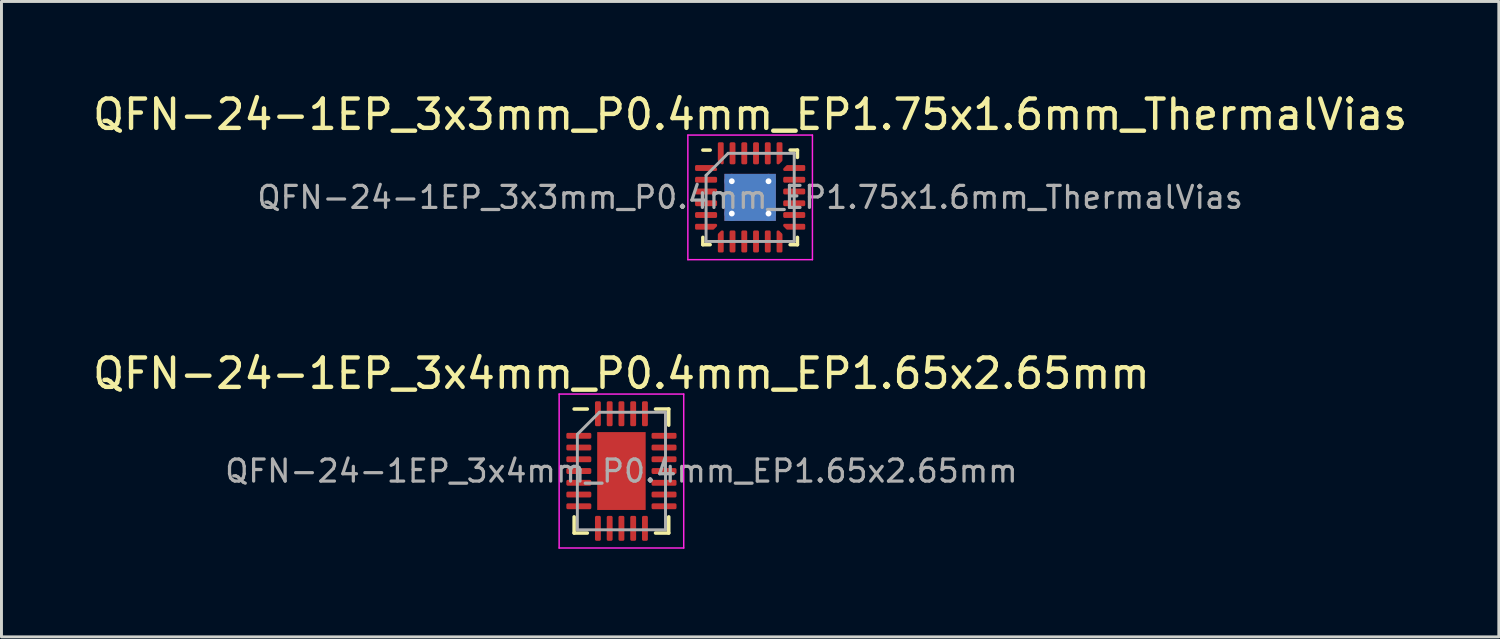
<source format=kicad_pcb>
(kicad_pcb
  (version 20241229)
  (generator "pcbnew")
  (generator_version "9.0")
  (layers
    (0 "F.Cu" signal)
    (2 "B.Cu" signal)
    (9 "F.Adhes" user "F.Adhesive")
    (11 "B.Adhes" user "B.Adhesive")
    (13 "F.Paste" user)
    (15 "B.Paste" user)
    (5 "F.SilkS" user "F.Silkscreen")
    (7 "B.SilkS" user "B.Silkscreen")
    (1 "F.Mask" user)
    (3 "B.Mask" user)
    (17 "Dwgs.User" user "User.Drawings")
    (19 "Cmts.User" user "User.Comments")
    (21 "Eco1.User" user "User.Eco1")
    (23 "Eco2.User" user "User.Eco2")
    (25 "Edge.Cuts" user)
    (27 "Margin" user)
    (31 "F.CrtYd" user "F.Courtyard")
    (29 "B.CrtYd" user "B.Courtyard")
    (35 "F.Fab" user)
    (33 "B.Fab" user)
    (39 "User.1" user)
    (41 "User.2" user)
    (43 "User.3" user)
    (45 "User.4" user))
  (footprint "QFN-24-1EP_3x3mm_P0.4mm_EP1.75x1.6mm_ThermalVias"
    (layer "F.Cu")
    (at 22.482 3.668)
    (property "Reference" "QFN-24-1EP_3x3mm_P0.4mm_EP1.75x1.6mm_ThermalVias" (at 0 -2.82 0) (layer "F.SilkS") (effects (font (size 1 1) (thickness 0.15))))
    (attr smd)
    (fp_line (start -1.61 1.61) (end -1.61 1.36) (stroke (width 0.12) (type solid)) (layer "F.SilkS"))
    (fp_line (start -1.36 -1.61) (end -1.61 -1.61) (stroke (width 0.12) (type solid)) (layer "F.SilkS"))
    (fp_line (start -1.36 1.61) (end -1.61 1.61) (stroke (width 0.12) (type solid)) (layer "F.SilkS"))
    (fp_line (start 1.36 -1.61) (end 1.61 -1.61) (stroke (width 0.12) (type solid)) (layer "F.SilkS"))
    (fp_line (start 1.36 1.61) (end 1.61 1.61) (stroke (width 0.12) (type solid)) (layer "F.SilkS"))
    (fp_line (start 1.61 -1.61) (end 1.61 -1.36) (stroke (width 0.12) (type solid)) (layer "F.SilkS"))
    (fp_line (start 1.61 1.61) (end 1.61 1.36) (stroke (width 0.12) (type solid)) (layer "F.SilkS"))
    (fp_line (start -2.12 -2.12) (end -2.12 2.12) (stroke (width 0.05) (type solid)) (layer "F.CrtYd"))
    (fp_line (start -2.12 2.12) (end 2.12 2.12) (stroke (width 0.05) (type solid)) (layer "F.CrtYd"))
    (fp_line (start 2.12 -2.12) (end -2.12 -2.12) (stroke (width 0.05) (type solid)) (layer "F.CrtYd"))
    (fp_line (start 2.12 2.12) (end 2.12 -2.12) (stroke (width 0.05) (type solid)) (layer "F.CrtYd"))
    (fp_line (start -1.5 -0.75) (end -0.75 -1.5) (stroke (width 0.1) (type solid)) (layer "F.Fab"))
    (fp_line (start -1.5 1.5) (end -1.5 -0.75) (stroke (width 0.1) (type solid)) (layer "F.Fab"))
    (fp_line (start -0.75 -1.5) (end 1.5 -1.5) (stroke (width 0.1) (type solid)) (layer "F.Fab"))
    (fp_line (start 1.5 -1.5) (end 1.5 1.5) (stroke (width 0.1) (type solid)) (layer "F.Fab"))
    (fp_line (start 1.5 1.5) (end -1.5 1.5) (stroke (width 0.1) (type solid)) (layer "F.Fab"))
    (fp_text user "${REFERENCE}" (at 0 0 0) (layer "F.Fab") (effects (font (size 0.75 0.75) (thickness 0.11))))
    (pad "" smd roundrect (at -0.44 -0.4) (size 0.76 0.69) (layers "F.Paste") (roundrect_rratio 0.25))
    (pad "" smd roundrect (at -0.44 0.4) (size 0.76 0.69) (layers "F.Paste") (roundrect_rratio 0.25))
    (pad "" smd roundrect (at 0.44 -0.4) (size 0.76 0.69) (layers "F.Paste") (roundrect_rratio 0.25))
    (pad "" smd roundrect (at 0.44 0.4) (size 0.76 0.69) (layers "F.Paste") (roundrect_rratio 0.25))
    (pad "1" smd custom (at -1.5 -1) (size 0.115 0.115) (layers "F.Cu" "F.Mask" "F.Paste") (options (anchor circle)) (primitives (gr_poly (pts (xy -0.335 -0.06) (xy 0.238 -0.06) (xy 0.335 0.037) (xy 0.335 0.06) (xy -0.335 0.06)) (width 0.08) (fill yes))))
    (pad "2" smd roundrect (at -1.5 -0.6) (size 0.75 0.2) (layers "F.Cu" "F.Mask" "F.Paste") (roundrect_rratio 0.25))
    (pad "3" smd roundrect (at -1.5 -0.2) (size 0.75 0.2) (layers "F.Cu" "F.Mask" "F.Paste") (roundrect_rratio 0.25))
    (pad "4" smd roundrect (at -1.5 0.2) (size 0.75 0.2) (layers "F.Cu" "F.Mask" "F.Paste") (roundrect_rratio 0.25))
    (pad "5" smd roundrect (at -1.5 0.6) (size 0.75 0.2) (layers "F.Cu" "F.Mask" "F.Paste") (roundrect_rratio 0.25))
    (pad "6" smd custom (at -1.5 1) (size 0.115 0.115) (layers "F.Cu" "F.Mask" "F.Paste") (options (anchor circle)) (primitives (gr_poly (pts (xy -0.335 -0.06) (xy 0.335 -0.06) (xy 0.335 -0.037) (xy 0.238 0.06) (xy -0.335 0.06)) (width 0.08) (fill yes))))
    (pad "7" smd custom (at -1 1.5) (size 0.115 0.115) (layers "F.Cu" "F.Mask" "F.Paste") (options (anchor circle)) (primitives (gr_poly (pts (xy -0.06 -0.238) (xy 0.037 -0.335) (xy 0.06 -0.335) (xy 0.06 0.335) (xy -0.06 0.335)) (width 0.08) (fill yes))))
    (pad "8" smd roundrect (at -0.6 1.5) (size 0.2 0.75) (layers "F.Cu" "F.Mask" "F.Paste") (roundrect_rratio 0.25))
    (pad "9" smd roundrect (at -0.2 1.5) (size 0.2 0.75) (layers "F.Cu" "F.Mask" "F.Paste") (roundrect_rratio 0.25))
    (pad "10" smd roundrect (at 0.2 1.5) (size 0.2 0.75) (layers "F.Cu" "F.Mask" "F.Paste") (roundrect_rratio 0.25))
    (pad "11" smd roundrect (at 0.6 1.5) (size 0.2 0.75) (layers "F.Cu" "F.Mask" "F.Paste") (roundrect_rratio 0.25))
    (pad "12" smd custom (at 1 1.5) (size 0.115 0.115) (layers "F.Cu" "F.Mask" "F.Paste") (options (anchor circle)) (primitives (gr_poly (pts (xy -0.06 -0.335) (xy -0.037 -0.335) (xy 0.06 -0.238) (xy 0.06 0.335) (xy -0.06 0.335)) (width 0.08) (fill yes))))
    (pad "13" smd custom (at 1.5 1) (size 0.115 0.115) (layers "F.Cu" "F.Mask" "F.Paste") (options (anchor circle)) (primitives (gr_poly (pts (xy -0.335 -0.06) (xy 0.335 -0.06) (xy 0.335 0.06) (xy -0.238 0.06) (xy -0.335 -0.037)) (width 0.08) (fill yes))))
    (pad "14" smd roundrect (at 1.5 0.6) (size 0.75 0.2) (layers "F.Cu" "F.Mask" "F.Paste") (roundrect_rratio 0.25))
    (pad "15" smd roundrect (at 1.5 0.2) (size 0.75 0.2) (layers "F.Cu" "F.Mask" "F.Paste") (roundrect_rratio 0.25))
    (pad "16" smd roundrect (at 1.5 -0.2) (size 0.75 0.2) (layers "F.Cu" "F.Mask" "F.Paste") (roundrect_rratio 0.25))
    (pad "17" smd roundrect (at 1.5 -0.6) (size 0.75 0.2) (layers "F.Cu" "F.Mask" "F.Paste") (roundrect_rratio 0.25))
    (pad "18" smd custom (at 1.5 -1) (size 0.115 0.115) (layers "F.Cu" "F.Mask" "F.Paste") (options (anchor circle)) (primitives (gr_poly (pts (xy -0.335 0.037) (xy -0.238 -0.06) (xy 0.335 -0.06) (xy 0.335 0.06) (xy -0.335 0.06)) (width 0.08) (fill yes))))
    (pad "19" smd custom (at 1 -1.5) (size 0.115 0.115) (layers "F.Cu" "F.Mask" "F.Paste") (options (anchor circle)) (primitives (gr_poly (pts (xy -0.06 -0.335) (xy 0.06 -0.335) (xy 0.06 0.238) (xy -0.037 0.335) (xy -0.06 0.335)) (width 0.08) (fill yes))))
    (pad "20" smd roundrect (at 0.6 -1.5) (size 0.2 0.75) (layers "F.Cu" "F.Mask" "F.Paste") (roundrect_rratio 0.25))
    (pad "21" smd roundrect (at 0.2 -1.5) (size 0.2 0.75) (layers "F.Cu" "F.Mask" "F.Paste") (roundrect_rratio 0.25))
    (pad "22" smd roundrect (at -0.2 -1.5) (size 0.2 0.75) (layers "F.Cu" "F.Mask" "F.Paste") (roundrect_rratio 0.25))
    (pad "23" smd roundrect (at -0.6 -1.5) (size 0.2 0.75) (layers "F.Cu" "F.Mask" "F.Paste") (roundrect_rratio 0.25))
    (pad "24" smd custom (at -1 -1.5) (size 0.115 0.115) (layers "F.Cu" "F.Mask" "F.Paste") (options (anchor circle)) (primitives (gr_poly (pts (xy -0.06 -0.335) (xy 0.06 -0.335) (xy 0.06 0.335) (xy 0.037 0.335) (xy -0.06 0.238)) (width 0.08) (fill yes))))
    (pad "25" thru_hole circle (at -0.625 -0.55) (size 0.5 0.5) (drill 0.2) (layers "*.Cu"))
    (pad "25" thru_hole circle (at -0.625 0.55) (size 0.5 0.5) (drill 0.2) (layers "*.Cu"))
    (pad "25" smd rect (at 0 0) (size 1.75 1.6) (layers "F.Cu" "F.Mask"))
    (pad "25" smd rect (at 0 0) (size 1.75 1.6) (layers "B.Cu"))
    (pad "25" thru_hole circle (at 0.625 -0.55) (size 0.5 0.5) (drill 0.2) (layers "*.Cu"))
    (pad "25" thru_hole circle (at 0.625 0.55) (size 0.5 0.5) (drill 0.2) (layers "*.Cu")))
  (footprint "QFN-24-1EP_3x4mm_P0.4mm_EP1.65x2.65mm"
    (layer "F.Cu")
    (at 18.101 12.982)
    (property "Reference" "QFN-24-1EP_3x4mm_P0.4mm_EP1.65x2.65mm" (at 0 -3.32 0) (layer "F.SilkS") (effects (font (size 1 1) (thickness 0.15))))
    (attr smd)
    (fp_line (start -1.61 2.11) (end -1.61 1.56) (stroke (width 0.12) (type solid)) (layer "F.SilkS"))
    (fp_line (start -1.16 -2.11) (end -1.61 -2.11) (stroke (width 0.12) (type solid)) (layer "F.SilkS"))
    (fp_line (start -1.16 2.11) (end -1.61 2.11) (stroke (width 0.12) (type solid)) (layer "F.SilkS"))
    (fp_line (start 1.16 -2.11) (end 1.61 -2.11) (stroke (width 0.12) (type solid)) (layer "F.SilkS"))
    (fp_line (start 1.16 2.11) (end 1.61 2.11) (stroke (width 0.12) (type solid)) (layer "F.SilkS"))
    (fp_line (start 1.61 -2.11) (end 1.61 -1.56) (stroke (width 0.12) (type solid)) (layer "F.SilkS"))
    (fp_line (start 1.61 2.11) (end 1.61 1.56) (stroke (width 0.12) (type solid)) (layer "F.SilkS"))
    (fp_line (start -2.12 -2.62) (end -2.12 2.62) (stroke (width 0.05) (type solid)) (layer "F.CrtYd"))
    (fp_line (start -2.12 2.62) (end 2.12 2.62) (stroke (width 0.05) (type solid)) (layer "F.CrtYd"))
    (fp_line (start 2.12 -2.62) (end -2.12 -2.62) (stroke (width 0.05) (type solid)) (layer "F.CrtYd"))
    (fp_line (start 2.12 2.62) (end 2.12 -2.62) (stroke (width 0.05) (type solid)) (layer "F.CrtYd"))
    (fp_line (start -1.5 -1.25) (end -0.75 -2) (stroke (width 0.1) (type solid)) (layer "F.Fab"))
    (fp_line (start -1.5 2) (end -1.5 -1.25) (stroke (width 0.1) (type solid)) (layer "F.Fab"))
    (fp_line (start -0.75 -2) (end 1.5 -2) (stroke (width 0.1) (type solid)) (layer "F.Fab"))
    (fp_line (start 1.5 -2) (end 1.5 2) (stroke (width 0.1) (type solid)) (layer "F.Fab"))
    (fp_line (start 1.5 2) (end -1.5 2) (stroke (width 0.1) (type solid)) (layer "F.Fab"))
    (fp_text user "${REFERENCE}" (at 0 0 0) (layer "F.Fab") (effects (font (size 0.75 0.75) (thickness 0.11))))
    (pad "" smd roundrect (at -0.41 -0.88) (size 0.67 0.71) (layers "F.Paste") (roundrect_rratio 0.25))
    (pad "" smd roundrect (at -0.41 0) (size 0.67 0.71) (layers "F.Paste") (roundrect_rratio 0.25))
    (pad "" smd roundrect (at -0.41 0.88) (size 0.67 0.71) (layers "F.Paste") (roundrect_rratio 0.25))
    (pad "" smd roundrect (at 0.41 -0.88) (size 0.67 0.71) (layers "F.Paste") (roundrect_rratio 0.25))
    (pad "" smd roundrect (at 0.41 0) (size 0.67 0.71) (layers "F.Paste") (roundrect_rratio 0.25))
    (pad "" smd roundrect (at 0.41 0.88) (size 0.67 0.71) (layers "F.Paste") (roundrect_rratio 0.25))
    (pad "1" smd roundrect (at -1.45 -1.2) (size 0.85 0.2) (layers "F.Cu" "F.Mask" "F.Paste") (roundrect_rratio 0.25))
    (pad "2" smd roundrect (at -1.45 -0.8) (size 0.85 0.2) (layers "F.Cu" "F.Mask" "F.Paste") (roundrect_rratio 0.25))
    (pad "3" smd roundrect (at -1.45 -0.4) (size 0.85 0.2) (layers "F.Cu" "F.Mask" "F.Paste") (roundrect_rratio 0.25))
    (pad "4" smd roundrect (at -1.45 0) (size 0.85 0.2) (layers "F.Cu" "F.Mask" "F.Paste") (roundrect_rratio 0.25))
    (pad "5" smd roundrect (at -1.45 0.4) (size 0.85 0.2) (layers "F.Cu" "F.Mask" "F.Paste") (roundrect_rratio 0.25))
    (pad "6" smd roundrect (at -1.45 0.8) (size 0.85 0.2) (layers "F.Cu" "F.Mask" "F.Paste") (roundrect_rratio 0.25))
    (pad "7" smd roundrect (at -1.45 1.2) (size 0.85 0.2) (layers "F.Cu" "F.Mask" "F.Paste") (roundrect_rratio 0.25))
    (pad "8" smd roundrect (at -0.8 1.95) (size 0.2 0.85) (layers "F.Cu" "F.Mask" "F.Paste") (roundrect_rratio 0.25))
    (pad "9" smd roundrect (at -0.4 1.95) (size 0.2 0.85) (layers "F.Cu" "F.Mask" "F.Paste") (roundrect_rratio 0.25))
    (pad "10" smd roundrect (at 0 1.95) (size 0.2 0.85) (layers "F.Cu" "F.Mask" "F.Paste") (roundrect_rratio 0.25))
    (pad "11" smd roundrect (at 0.4 1.95) (size 0.2 0.85) (layers "F.Cu" "F.Mask" "F.Paste") (roundrect_rratio 0.25))
    (pad "12" smd roundrect (at 0.8 1.95) (size 0.2 0.85) (layers "F.Cu" "F.Mask" "F.Paste") (roundrect_rratio 0.25))
    (pad "13" smd roundrect (at 1.45 1.2) (size 0.85 0.2) (layers "F.Cu" "F.Mask" "F.Paste") (roundrect_rratio 0.25))
    (pad "14" smd roundrect (at 1.45 0.8) (size 0.85 0.2) (layers "F.Cu" "F.Mask" "F.Paste") (roundrect_rratio 0.25))
    (pad "15" smd roundrect (at 1.45 0.4) (size 0.85 0.2) (layers "F.Cu" "F.Mask" "F.Paste") (roundrect_rratio 0.25))
    (pad "16" smd roundrect (at 1.45 0) (size 0.85 0.2) (layers "F.Cu" "F.Mask" "F.Paste") (roundrect_rratio 0.25))
    (pad "17" smd roundrect (at 1.45 -0.4) (size 0.85 0.2) (layers "F.Cu" "F.Mask" "F.Paste") (roundrect_rratio 0.25))
    (pad "18" smd roundrect (at 1.45 -0.8) (size 0.85 0.2) (layers "F.Cu" "F.Mask" "F.Paste") (roundrect_rratio 0.25))
    (pad "19" smd roundrect (at 1.45 -1.2) (size 0.85 0.2) (layers "F.Cu" "F.Mask" "F.Paste") (roundrect_rratio 0.25))
    (pad "20" smd roundrect (at 0.8 -1.95) (size 0.2 0.85) (layers "F.Cu" "F.Mask" "F.Paste") (roundrect_rratio 0.25))
    (pad "21" smd roundrect (at 0.4 -1.95) (size 0.2 0.85) (layers "F.Cu" "F.Mask" "F.Paste") (roundrect_rratio 0.25))
    (pad "22" smd roundrect (at 0 -1.95) (size 0.2 0.85) (layers "F.Cu" "F.Mask" "F.Paste") (roundrect_rratio 0.25))
    (pad "23" smd roundrect (at -0.4 -1.95) (size 0.2 0.85) (layers "F.Cu" "F.Mask" "F.Paste") (roundrect_rratio 0.25))
    (pad "24" smd roundrect (at -0.8 -1.95) (size 0.2 0.85) (layers "F.Cu" "F.Mask" "F.Paste") (roundrect_rratio 0.25))
    (pad "25" smd rect (at 0 0) (size 1.65 2.65) (layers "F.Cu" "F.Mask")))
  (gr_rect
    (start -3 -3)
    (end 47.964 18.627)
    (stroke (width 0.1) (type default))
    (fill no)
    (layer "Edge.Cuts")))
</source>
